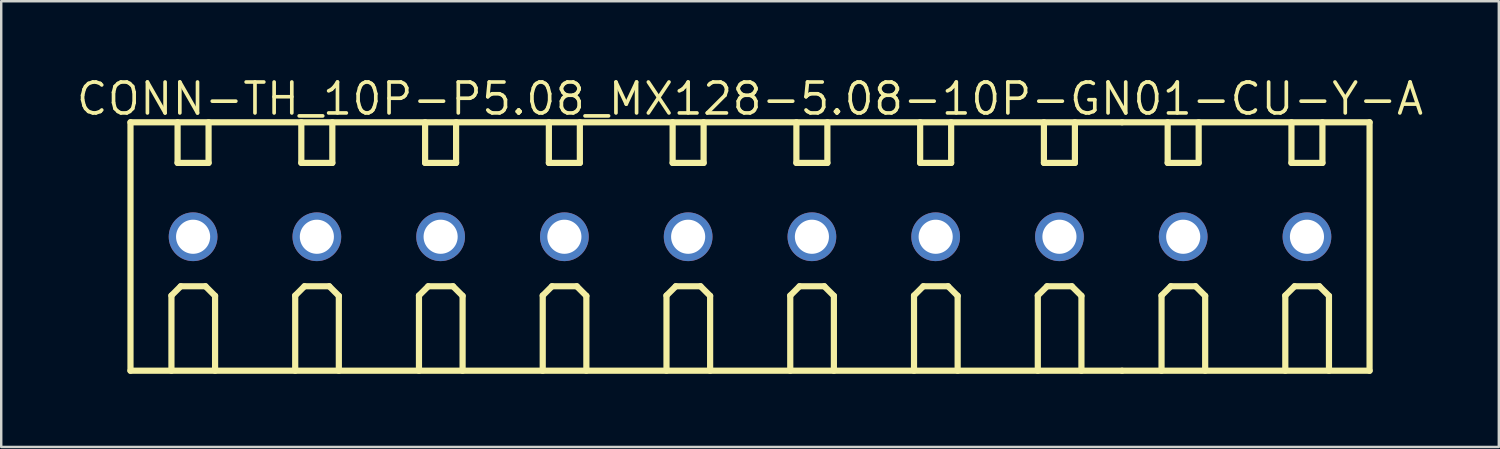
<source format=kicad_pcb>
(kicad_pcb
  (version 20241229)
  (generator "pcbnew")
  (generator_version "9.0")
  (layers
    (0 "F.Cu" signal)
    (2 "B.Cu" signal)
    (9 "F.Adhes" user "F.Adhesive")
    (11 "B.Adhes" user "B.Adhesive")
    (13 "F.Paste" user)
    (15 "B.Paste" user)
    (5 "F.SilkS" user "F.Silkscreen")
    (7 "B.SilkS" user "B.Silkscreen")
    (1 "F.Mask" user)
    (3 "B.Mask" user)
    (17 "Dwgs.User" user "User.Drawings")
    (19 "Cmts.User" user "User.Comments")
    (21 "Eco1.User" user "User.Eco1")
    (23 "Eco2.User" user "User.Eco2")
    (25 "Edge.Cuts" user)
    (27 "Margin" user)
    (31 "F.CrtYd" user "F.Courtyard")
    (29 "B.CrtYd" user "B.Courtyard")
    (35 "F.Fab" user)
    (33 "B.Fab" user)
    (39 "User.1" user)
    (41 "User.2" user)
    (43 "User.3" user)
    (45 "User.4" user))
  (footprint "CONN-TH_10P-P5.08_MX128-5.08-10P-GN01-CU-Y-A"
    (layer "F.Cu")
    (at 27.736 6.668)
    (property "Reference" "CONN-TH_10P-P5.08_MX128-5.08-10P-GN01-CU-Y-A" (at -0.0003 -5.662 0) (layer "F.SilkS") (effects (font (size 1.27 1.27) (thickness 0.15))))
    (fp_line (start -25.43 -4.699) (end -25.43 5.499) (stroke (width 0.254) (type default)) (layer "F.SilkS"))
    (fp_line (start -25.43 5.499) (end 15.271 5.499) (stroke (width 0.254) (type default)) (layer "F.SilkS"))
    (fp_line (start -23.749 2.413) (end -23.749 5.5) (stroke (width 0.254) (type default)) (layer "F.SilkS"))
    (fp_line (start -23.749 2.413) (end -23.368 2.032) (stroke (width 0.254) (type default)) (layer "F.SilkS"))
    (fp_line (start -23.497 -3.032) (end -23.497 -4.7) (stroke (width 0.254) (type default)) (layer "F.SilkS"))
    (fp_line (start -23.497 -3.032) (end -22.225 -3.032) (stroke (width 0.254) (type default)) (layer "F.SilkS"))
    (fp_line (start -23.368 2.032) (end -22.352 2.032) (stroke (width 0.254) (type default)) (layer "F.SilkS"))
    (fp_line (start -22.352 2.032) (end -21.958 2.426) (stroke (width 0.254) (type default)) (layer "F.SilkS"))
    (fp_line (start -22.225 -3.032) (end -22.225 -4.7) (stroke (width 0.254) (type default)) (layer "F.SilkS"))
    (fp_line (start -21.958 2.426) (end -21.958 5.5) (stroke (width 0.254) (type default)) (layer "F.SilkS"))
    (fp_line (start -18.669 2.413) (end -18.669 5.5) (stroke (width 0.254) (type default)) (layer "F.SilkS"))
    (fp_line (start -18.669 2.413) (end -18.288 2.032) (stroke (width 0.254) (type default)) (layer "F.SilkS"))
    (fp_line (start -18.418 -3.032) (end -18.418 -4.7) (stroke (width 0.254) (type default)) (layer "F.SilkS"))
    (fp_line (start -18.418 -3.032) (end -17.145 -3.032) (stroke (width 0.254) (type default)) (layer "F.SilkS"))
    (fp_line (start -18.288 2.032) (end -17.272 2.032) (stroke (width 0.254) (type default)) (layer "F.SilkS"))
    (fp_line (start -17.272 2.032) (end -16.878 2.426) (stroke (width 0.254) (type default)) (layer "F.SilkS"))
    (fp_line (start -17.145 -3.032) (end -17.145 -4.7) (stroke (width 0.254) (type default)) (layer "F.SilkS"))
    (fp_line (start -16.878 2.426) (end -16.878 5.5) (stroke (width 0.254) (type default)) (layer "F.SilkS"))
    (fp_line (start -13.589 2.413) (end -13.589 5.5) (stroke (width 0.254) (type default)) (layer "F.SilkS"))
    (fp_line (start -13.589 2.413) (end -13.208 2.032) (stroke (width 0.254) (type default)) (layer "F.SilkS"))
    (fp_line (start -13.337 -3.032) (end -13.337 -4.7) (stroke (width 0.254) (type default)) (layer "F.SilkS"))
    (fp_line (start -13.337 -3.032) (end -12.065 -3.032) (stroke (width 0.254) (type default)) (layer "F.SilkS"))
    (fp_line (start -13.208 2.032) (end -12.192 2.032) (stroke (width 0.254) (type default)) (layer "F.SilkS"))
    (fp_line (start -12.192 2.032) (end -11.798 2.426) (stroke (width 0.254) (type default)) (layer "F.SilkS"))
    (fp_line (start -12.065 -3.032) (end -12.065 -4.7) (stroke (width 0.254) (type default)) (layer "F.SilkS"))
    (fp_line (start -11.798 2.426) (end -11.798 5.5) (stroke (width 0.254) (type default)) (layer "F.SilkS"))
    (fp_line (start -8.509 2.413) (end -8.509 5.5) (stroke (width 0.254) (type default)) (layer "F.SilkS"))
    (fp_line (start -8.509 2.413) (end -8.128 2.032) (stroke (width 0.254) (type default)) (layer "F.SilkS"))
    (fp_line (start -8.257 -3.032) (end -8.257 -4.7) (stroke (width 0.254) (type default)) (layer "F.SilkS"))
    (fp_line (start -8.257 -3.032) (end -6.985 -3.032) (stroke (width 0.254) (type default)) (layer "F.SilkS"))
    (fp_line (start -8.128 2.032) (end -7.112 2.032) (stroke (width 0.254) (type default)) (layer "F.SilkS"))
    (fp_line (start -7.112 2.032) (end -6.718 2.427) (stroke (width 0.254) (type default)) (layer "F.SilkS"))
    (fp_line (start -6.985 -3.032) (end -6.985 -4.7) (stroke (width 0.254) (type default)) (layer "F.SilkS"))
    (fp_line (start -6.718 2.427) (end -6.718 5.5) (stroke (width 0.254) (type default)) (layer "F.SilkS"))
    (fp_line (start -3.429 2.413) (end -3.429 5.5) (stroke (width 0.254) (type default)) (layer "F.SilkS"))
    (fp_line (start -3.429 2.413) (end -3.048 2.032) (stroke (width 0.254) (type default)) (layer "F.SilkS"))
    (fp_line (start -3.177 -3.032) (end -3.177 -4.7) (stroke (width 0.254) (type default)) (layer "F.SilkS"))
    (fp_line (start -3.177 -3.032) (end -1.905 -3.032) (stroke (width 0.254) (type default)) (layer "F.SilkS"))
    (fp_line (start -3.048 2.032) (end -2.032 2.032) (stroke (width 0.254) (type default)) (layer "F.SilkS"))
    (fp_line (start -2.032 2.032) (end -1.638 2.426) (stroke (width 0.254) (type default)) (layer "F.SilkS"))
    (fp_line (start -1.905 -3.032) (end -1.905 -4.7) (stroke (width 0.254) (type default)) (layer "F.SilkS"))
    (fp_line (start -1.638 2.426) (end -1.638 5.5) (stroke (width 0.254) (type default)) (layer "F.SilkS"))
    (fp_line (start 1.651 2.413) (end 1.651 5.5) (stroke (width 0.254) (type default)) (layer "F.SilkS"))
    (fp_line (start 1.651 2.413) (end 2.032 2.032) (stroke (width 0.254) (type default)) (layer "F.SilkS"))
    (fp_line (start 1.903 -3.032) (end 1.903 -4.7) (stroke (width 0.254) (type default)) (layer "F.SilkS"))
    (fp_line (start 1.903 -3.032) (end 3.175 -3.032) (stroke (width 0.254) (type default)) (layer "F.SilkS"))
    (fp_line (start 2.032 2.032) (end 3.048 2.032) (stroke (width 0.254) (type default)) (layer "F.SilkS"))
    (fp_line (start 3.048 2.032) (end 3.442 2.426) (stroke (width 0.254) (type default)) (layer "F.SilkS"))
    (fp_line (start 3.175 -3.032) (end 3.175 -4.7) (stroke (width 0.254) (type default)) (layer "F.SilkS"))
    (fp_line (start 3.442 2.426) (end 3.442 5.5) (stroke (width 0.254) (type default)) (layer "F.SilkS"))
    (fp_line (start 6.731 2.413) (end 6.731 5.5) (stroke (width 0.254) (type default)) (layer "F.SilkS"))
    (fp_line (start 6.731 2.413) (end 7.112 2.032) (stroke (width 0.254) (type default)) (layer "F.SilkS"))
    (fp_line (start 6.983 -3.032) (end 6.983 -4.7) (stroke (width 0.254) (type default)) (layer "F.SilkS"))
    (fp_line (start 6.983 -3.032) (end 8.255 -3.032) (stroke (width 0.254) (type default)) (layer "F.SilkS"))
    (fp_line (start 7.112 2.032) (end 8.128 2.032) (stroke (width 0.254) (type default)) (layer "F.SilkS"))
    (fp_line (start 8.128 2.032) (end 8.522 2.426) (stroke (width 0.254) (type default)) (layer "F.SilkS"))
    (fp_line (start 8.255 -3.032) (end 8.255 -4.7) (stroke (width 0.254) (type default)) (layer "F.SilkS"))
    (fp_line (start 8.522 2.426) (end 8.522 5.5) (stroke (width 0.254) (type default)) (layer "F.SilkS"))
    (fp_line (start 11.812 2.413) (end 11.812 5.5) (stroke (width 0.254) (type default)) (layer "F.SilkS"))
    (fp_line (start 11.812 2.413) (end 12.193 2.032) (stroke (width 0.254) (type default)) (layer "F.SilkS"))
    (fp_line (start 12.063 -3.032) (end 12.063 -4.7) (stroke (width 0.254) (type default)) (layer "F.SilkS"))
    (fp_line (start 12.063 -3.032) (end 13.335 -3.032) (stroke (width 0.254) (type default)) (layer "F.SilkS"))
    (fp_line (start 12.193 2.032) (end 13.208 2.032) (stroke (width 0.254) (type default)) (layer "F.SilkS"))
    (fp_line (start 13.208 2.032) (end 13.603 2.426) (stroke (width 0.254) (type default)) (layer "F.SilkS"))
    (fp_line (start 13.335 -3.032) (end 13.335 -4.7) (stroke (width 0.254) (type default)) (layer "F.SilkS"))
    (fp_line (start 13.603 2.426) (end 13.603 5.5) (stroke (width 0.254) (type default)) (layer "F.SilkS"))
    (fp_line (start 15.271 -4.699) (end -25.43 -4.699) (stroke (width 0.254) (type default)) (layer "F.SilkS"))
    (fp_line (start 15.271 -4.699) (end 25.43 -4.699) (stroke (width 0.254) (type default)) (layer "F.SilkS"))
    (fp_line (start 15.271 5.499) (end 25.43 5.499) (stroke (width 0.254) (type default)) (layer "F.SilkS"))
    (fp_line (start 16.891 2.413) (end 16.891 5.5) (stroke (width 0.254) (type default)) (layer "F.SilkS"))
    (fp_line (start 16.891 2.413) (end 17.272 2.032) (stroke (width 0.254) (type default)) (layer "F.SilkS"))
    (fp_line (start 17.143 -3.032) (end 17.143 -4.7) (stroke (width 0.254) (type default)) (layer "F.SilkS"))
    (fp_line (start 17.143 -3.032) (end 18.415 -3.032) (stroke (width 0.254) (type default)) (layer "F.SilkS"))
    (fp_line (start 17.272 2.032) (end 18.288 2.032) (stroke (width 0.254) (type default)) (layer "F.SilkS"))
    (fp_line (start 18.288 2.032) (end 18.682 2.426) (stroke (width 0.254) (type default)) (layer "F.SilkS"))
    (fp_line (start 18.415 -3.032) (end 18.415 -4.7) (stroke (width 0.254) (type default)) (layer "F.SilkS"))
    (fp_line (start 18.682 2.426) (end 18.682 5.5) (stroke (width 0.254) (type default)) (layer "F.SilkS"))
    (fp_line (start 21.971 2.413) (end 21.971 5.5) (stroke (width 0.254) (type default)) (layer "F.SilkS"))
    (fp_line (start 21.971 2.413) (end 22.352 2.032) (stroke (width 0.254) (type default)) (layer "F.SilkS"))
    (fp_line (start 22.223 -3.032) (end 22.223 -4.7) (stroke (width 0.254) (type default)) (layer "F.SilkS"))
    (fp_line (start 22.223 -3.032) (end 23.495 -3.032) (stroke (width 0.254) (type default)) (layer "F.SilkS"))
    (fp_line (start 22.352 2.032) (end 23.368 2.032) (stroke (width 0.254) (type default)) (layer "F.SilkS"))
    (fp_line (start 23.368 2.032) (end 23.763 2.426) (stroke (width 0.254) (type default)) (layer "F.SilkS"))
    (fp_line (start 23.495 -3.032) (end 23.495 -4.7) (stroke (width 0.254) (type default)) (layer "F.SilkS"))
    (fp_line (start 23.763 2.426) (end 23.763 5.5) (stroke (width 0.254) (type default)) (layer "F.SilkS"))
    (fp_line (start 25.43 5.5) (end 25.43 -4.7) (stroke (width 0.254) (type default)) (layer "F.SilkS"))
    (fp_circle (center -25.4 5.5) (end -25.37 5.5) (stroke (width 0.06) (type default)) (fill no) (layer "User.5"))
    (pad "1" thru_hole oval (at -22.86 0) (size 2 2) (drill 1.4) (layers "*.Cu" "*.Mask"))
    (pad "2" thru_hole oval (at -17.78 0) (size 2 2) (drill 1.4) (layers "*.Cu" "*.Mask"))
    (pad "3" thru_hole oval (at -12.7 0) (size 2 2) (drill 1.4) (layers "*.Cu" "*.Mask"))
    (pad "4" thru_hole oval (at -7.62 0) (size 2 2) (drill 1.4) (layers "*.Cu" "*.Mask"))
    (pad "5" thru_hole oval (at -2.54 0) (size 2 2) (drill 1.4) (layers "*.Cu" "*.Mask"))
    (pad "6" thru_hole oval (at 2.54 0) (size 2 2) (drill 1.4) (layers "*.Cu" "*.Mask"))
    (pad "7" thru_hole oval (at 7.62 0) (size 2 2) (drill 1.4) (layers "*.Cu" "*.Mask"))
    (pad "8" thru_hole oval (at 12.7 0) (size 2 2) (drill 1.4) (layers "*.Cu" "*.Mask"))
    (pad "9" thru_hole oval (at 17.78 0) (size 2 2) (drill 1.4) (layers "*.Cu" "*.Mask"))
    (pad "10" thru_hole oval (at 22.86 0) (size 2 2) (drill 1.4) (layers "*.Cu" "*.Mask"))
    (zone (net_name "") (layer "F.SilkS") (hatch edge 0.5) (priority 100) (connect_pads yes) (min_thickness 0) (filled_areas_thickness no) (fill yes) (polygon (pts (xy 4.495 11.613) (xy 5.257 11.613) (xy 4.876 10.978))) (filled_polygon (layer "F.SilkS") (island) (pts (xy 4.495 11.613) (xy 5.257 11.613) (xy 4.876 10.978))))
    (zone (net_name "") (layer "F.SilkS") (hatch edge 0.5) (priority 100) (connect_pads yes) (min_thickness 0) (filled_areas_thickness no) (fill yes) (polygon (pts (xy 9.575 11.613) (xy 10.337 11.613) (xy 9.956 10.978))) (filled_polygon (layer "F.SilkS") (island) (pts (xy 9.575 11.613) (xy 10.337 11.613) (xy 9.956 10.978))))
    (zone (net_name "") (layer "F.SilkS") (hatch edge 0.5) (priority 100) (connect_pads yes) (min_thickness 0) (filled_areas_thickness no) (fill yes) (polygon (pts (xy 14.655 11.613) (xy 15.417 11.613) (xy 15.036 10.978))) (filled_polygon (layer "F.SilkS") (island) (pts (xy 14.655 11.613) (xy 15.417 11.613) (xy 15.036 10.978))))
    (zone (net_name "") (layer "F.SilkS") (hatch edge 0.5) (priority 100) (connect_pads yes) (min_thickness 0) (filled_areas_thickness no) (fill yes) (polygon (pts (xy 19.735 11.613) (xy 20.497 11.613) (xy 20.116 10.978))) (filled_polygon (layer "F.SilkS") (island) (pts (xy 19.735 11.613) (xy 20.497 11.613) (xy 20.116 10.978))))
    (zone (net_name "") (layer "F.SilkS") (hatch edge 0.5) (priority 100) (connect_pads yes) (min_thickness 0) (filled_areas_thickness no) (fill yes) (polygon (pts (xy 24.815 11.613) (xy 25.577 11.613) (xy 25.196 10.978))) (filled_polygon (layer "F.SilkS") (island) (pts (xy 24.815 11.613) (xy 25.577 11.613) (xy 25.196 10.978))))
    (zone (net_name "") (layer "F.SilkS") (hatch edge 0.5) (priority 100) (connect_pads yes) (min_thickness 0) (filled_areas_thickness no) (fill yes) (polygon (pts (xy 29.895 11.613) (xy 30.657 11.613) (xy 30.276 10.978))) (filled_polygon (layer "F.SilkS") (island) (pts (xy 29.895 11.613) (xy 30.657 11.613) (xy 30.276 10.978))))
    (zone (net_name "") (layer "F.SilkS") (hatch edge 0.5) (priority 100) (connect_pads yes) (min_thickness 0) (filled_areas_thickness no) (fill yes) (polygon (pts (xy 34.975 11.613) (xy 35.737 11.613) (xy 35.356 10.978))) (filled_polygon (layer "F.SilkS") (island) (pts (xy 34.975 11.613) (xy 35.737 11.613) (xy 35.356 10.978))))
    (zone (net_name "") (layer "F.SilkS") (hatch edge 0.5) (priority 100) (connect_pads yes) (min_thickness 0) (filled_areas_thickness no) (fill yes) (polygon (pts (xy 40.055 11.613) (xy 40.817 11.613) (xy 40.436 10.978))) (filled_polygon (layer "F.SilkS") (island) (pts (xy 40.055 11.613) (xy 40.817 11.613) (xy 40.436 10.978))))
    (zone (net_name "") (layer "F.SilkS") (hatch edge 0.5) (priority 100) (connect_pads yes) (min_thickness 0) (filled_areas_thickness no) (fill yes) (polygon (pts (xy 45.135 11.613) (xy 45.897 11.613) (xy 45.516 10.978))) (filled_polygon (layer "F.SilkS") (island) (pts (xy 45.135 11.613) (xy 45.897 11.613) (xy 45.516 10.978))))
    (zone (net_name "") (layer "F.SilkS") (hatch edge 0.5) (priority 100) (connect_pads yes) (min_thickness 0) (filled_areas_thickness no) (fill yes) (polygon (pts (xy 50.215 11.613) (xy 50.977 11.613) (xy 50.596 10.978))) (filled_polygon (layer "F.SilkS") (island) (pts (xy 50.215 11.613) (xy 50.977 11.613) (xy 50.596 10.978))))
    (zone (net_name "") (layer "F.SilkS") (hatch edge 0.5) (priority 100) (connect_pads yes) (min_thickness 0) (filled_areas_thickness no) (fill yes) (polygon (pts (xy 4.749 11.613) (xy 4.749 11.994) (xy 5.003 11.994) (xy 5.003 11.613))) (filled_polygon (layer "F.SilkS") (island) (pts (xy 4.749 11.613) (xy 4.749 11.994) (xy 5.003 11.994) (xy 5.003 11.613))))
    (zone (net_name "") (layer "F.SilkS") (hatch edge 0.5) (priority 100) (connect_pads yes) (min_thickness 0) (filled_areas_thickness no) (fill yes) (polygon (pts (xy 9.829 11.613) (xy 9.829 11.994) (xy 10.083 11.994) (xy 10.083 11.613))) (filled_polygon (layer "F.SilkS") (island) (pts (xy 9.829 11.613) (xy 9.829 11.994) (xy 10.083 11.994) (xy 10.083 11.613))))
    (zone (net_name "") (layer "F.SilkS") (hatch edge 0.5) (priority 100) (connect_pads yes) (min_thickness 0) (filled_areas_thickness no) (fill yes) (polygon (pts (xy 14.909 11.613) (xy 14.909 11.994) (xy 15.163 11.994) (xy 15.163 11.613))) (filled_polygon (layer "F.SilkS") (island) (pts (xy 14.909 11.613) (xy 14.909 11.994) (xy 15.163 11.994) (xy 15.163 11.613))))
    (zone (net_name "") (layer "F.SilkS") (hatch edge 0.5) (priority 100) (connect_pads yes) (min_thickness 0) (filled_areas_thickness no) (fill yes) (polygon (pts (xy 19.989 11.613) (xy 19.989 11.994) (xy 20.243 11.994) (xy 20.243 11.613))) (filled_polygon (layer "F.SilkS") (island) (pts (xy 19.989 11.613) (xy 19.989 11.994) (xy 20.243 11.994) (xy 20.243 11.613))))
    (zone (net_name "") (layer "F.SilkS") (hatch edge 0.5) (priority 100) (connect_pads yes) (min_thickness 0) (filled_areas_thickness no) (fill yes) (polygon (pts (xy 25.069 11.613) (xy 25.069 11.994) (xy 25.323 11.994) (xy 25.323 11.613))) (filled_polygon (layer "F.SilkS") (island) (pts (xy 25.069 11.613) (xy 25.069 11.994) (xy 25.323 11.994) (xy 25.323 11.613))))
    (zone (net_name "") (layer "F.SilkS") (hatch edge 0.5) (priority 100) (connect_pads yes) (min_thickness 0) (filled_areas_thickness no) (fill yes) (polygon (pts (xy 30.149 11.613) (xy 30.149 11.994) (xy 30.403 11.994) (xy 30.403 11.613))) (filled_polygon (layer "F.SilkS") (island) (pts (xy 30.149 11.613) (xy 30.149 11.994) (xy 30.403 11.994) (xy 30.403 11.613))))
    (zone (net_name "") (layer "F.SilkS") (hatch edge 0.5) (priority 100) (connect_pads yes) (min_thickness 0) (filled_areas_thickness no) (fill yes) (polygon (pts (xy 35.229 11.613) (xy 35.229 11.994) (xy 35.483 11.994) (xy 35.483 11.613))) (filled_polygon (layer "F.SilkS") (island) (pts (xy 35.229 11.613) (xy 35.229 11.994) (xy 35.483 11.994) (xy 35.483 11.613))))
    (zone (net_name "") (layer "F.SilkS") (hatch edge 0.5) (priority 100) (connect_pads yes) (min_thickness 0) (filled_areas_thickness no) (fill yes) (polygon (pts (xy 40.309 11.613) (xy 40.309 11.994) (xy 40.563 11.994) (xy 40.563 11.613))) (filled_polygon (layer "F.SilkS") (island) (pts (xy 40.309 11.613) (xy 40.309 11.994) (xy 40.563 11.994) (xy 40.563 11.613))))
    (zone (net_name "") (layer "F.SilkS") (hatch edge 0.5) (priority 100) (connect_pads yes) (min_thickness 0) (filled_areas_thickness no) (fill yes) (polygon (pts (xy 45.389 11.613) (xy 45.389 11.994) (xy 45.643 11.994) (xy 45.643 11.613))) (filled_polygon (layer "F.SilkS") (island) (pts (xy 45.389 11.613) (xy 45.389 11.994) (xy 45.643 11.994) (xy 45.643 11.613))))
    (zone (net_name "") (layer "F.SilkS") (hatch edge 0.5) (priority 100) (connect_pads yes) (min_thickness 0) (filled_areas_thickness no) (fill yes) (polygon (pts (xy 50.469 11.613) (xy 50.469 11.994) (xy 50.723 11.994) (xy 50.723 11.613))) (filled_polygon (layer "F.SilkS") (island) (pts (xy 50.469 11.613) (xy 50.469 11.994) (xy 50.723 11.994) (xy 50.723 11.613))))
    (zone (net_name "") (layer "Dwgs.User") (hatch edge 0.5) (priority 100) (connect_pads yes) (min_thickness 0) (filled_areas_thickness no) (fill yes) (polygon (pts (xy 4.495 11.613) (xy 5.257 11.613) (xy 4.876 10.978))) (filled_polygon (layer "Dwgs.User") (island) (pts (xy 4.495 11.613) (xy 5.257 11.613) (xy 4.876 10.978))))
    (zone (net_name "") (layer "Dwgs.User") (hatch edge 0.5) (priority 100) (connect_pads yes) (min_thickness 0) (filled_areas_thickness no) (fill yes) (polygon (pts (xy 9.575 11.613) (xy 10.337 11.613) (xy 9.956 10.978))) (filled_polygon (layer "Dwgs.User") (island) (pts (xy 9.575 11.613) (xy 10.337 11.613) (xy 9.956 10.978))))
    (zone (net_name "") (layer "Dwgs.User") (hatch edge 0.5) (priority 100) (connect_pads yes) (min_thickness 0) (filled_areas_thickness no) (fill yes) (polygon (pts (xy 14.655 11.613) (xy 15.417 11.613) (xy 15.036 10.978))) (filled_polygon (layer "Dwgs.User") (island) (pts (xy 14.655 11.613) (xy 15.417 11.613) (xy 15.036 10.978))))
    (zone (net_name "") (layer "Dwgs.User") (hatch edge 0.5) (priority 100) (connect_pads yes) (min_thickness 0) (filled_areas_thickness no) (fill yes) (polygon (pts (xy 19.735 11.613) (xy 20.497 11.613) (xy 20.116 10.978))) (filled_polygon (layer "Dwgs.User") (island) (pts (xy 19.735 11.613) (xy 20.497 11.613) (xy 20.116 10.978))))
    (zone (net_name "") (layer "Dwgs.User") (hatch edge 0.5) (priority 100) (connect_pads yes) (min_thickness 0) (filled_areas_thickness no) (fill yes) (polygon (pts (xy 24.815 11.613) (xy 25.577 11.613) (xy 25.196 10.978))) (filled_polygon (layer "Dwgs.User") (island) (pts (xy 24.815 11.613) (xy 25.577 11.613) (xy 25.196 10.978))))
    (zone (net_name "") (layer "Dwgs.User") (hatch edge 0.5) (priority 100) (connect_pads yes) (min_thickness 0) (filled_areas_thickness no) (fill yes) (polygon (pts (xy 29.895 11.613) (xy 30.657 11.613) (xy 30.276 10.978))) (filled_polygon (layer "Dwgs.User") (island) (pts (xy 29.895 11.613) (xy 30.657 11.613) (xy 30.276 10.978))))
    (zone (net_name "") (layer "Dwgs.User") (hatch edge 0.5) (priority 100) (connect_pads yes) (min_thickness 0) (filled_areas_thickness no) (fill yes) (polygon (pts (xy 34.975 11.613) (xy 35.737 11.613) (xy 35.356 10.978))) (filled_polygon (layer "Dwgs.User") (island) (pts (xy 34.975 11.613) (xy 35.737 11.613) (xy 35.356 10.978))))
    (zone (net_name "") (layer "Dwgs.User") (hatch edge 0.5) (priority 100) (connect_pads yes) (min_thickness 0) (filled_areas_thickness no) (fill yes) (polygon (pts (xy 40.055 11.613) (xy 40.817 11.613) (xy 40.436 10.978))) (filled_polygon (layer "Dwgs.User") (island) (pts (xy 40.055 11.613) (xy 40.817 11.613) (xy 40.436 10.978))))
    (zone (net_name "") (layer "Dwgs.User") (hatch edge 0.5) (priority 100) (connect_pads yes) (min_thickness 0) (filled_areas_thickness no) (fill yes) (polygon (pts (xy 45.135 11.613) (xy 45.897 11.613) (xy 45.516 10.978))) (filled_polygon (layer "Dwgs.User") (island) (pts (xy 45.135 11.613) (xy 45.897 11.613) (xy 45.516 10.978))))
    (zone (net_name "") (layer "Dwgs.User") (hatch edge 0.5) (priority 100) (connect_pads yes) (min_thickness 0) (filled_areas_thickness no) (fill yes) (polygon (pts (xy 50.215 11.613) (xy 50.977 11.613) (xy 50.596 10.978))) (filled_polygon (layer "Dwgs.User") (island) (pts (xy 50.215 11.613) (xy 50.977 11.613) (xy 50.596 10.978))))
    (zone (net_name "") (layer "Dwgs.User") (hatch edge 0.5) (priority 100) (connect_pads yes) (min_thickness 0) (filled_areas_thickness no) (fill yes) (polygon (pts (xy 4.749 11.613) (xy 4.749 11.994) (xy 5.003 11.994) (xy 5.003 11.613))) (filled_polygon (layer "Dwgs.User") (island) (pts (xy 4.749 11.613) (xy 4.749 11.994) (xy 5.003 11.994) (xy 5.003 11.613))))
    (zone (net_name "") (layer "Dwgs.User") (hatch edge 0.5) (priority 100) (connect_pads yes) (min_thickness 0) (filled_areas_thickness no) (fill yes) (polygon (pts (xy 9.829 11.613) (xy 9.829 11.994) (xy 10.083 11.994) (xy 10.083 11.613))) (filled_polygon (layer "Dwgs.User") (island) (pts (xy 9.829 11.613) (xy 9.829 11.994) (xy 10.083 11.994) (xy 10.083 11.613))))
    (zone (net_name "") (layer "Dwgs.User") (hatch edge 0.5) (priority 100) (connect_pads yes) (min_thickness 0) (filled_areas_thickness no) (fill yes) (polygon (pts (xy 14.909 11.613) (xy 14.909 11.994) (xy 15.163 11.994) (xy 15.163 11.613))) (filled_polygon (layer "Dwgs.User") (island) (pts (xy 14.909 11.613) (xy 14.909 11.994) (xy 15.163 11.994) (xy 15.163 11.613))))
    (zone (net_name "") (layer "Dwgs.User") (hatch edge 0.5) (priority 100) (connect_pads yes) (min_thickness 0) (filled_areas_thickness no) (fill yes) (polygon (pts (xy 19.989 11.613) (xy 19.989 11.994) (xy 20.243 11.994) (xy 20.243 11.613))) (filled_polygon (layer "Dwgs.User") (island) (pts (xy 19.989 11.613) (xy 19.989 11.994) (xy 20.243 11.994) (xy 20.243 11.613))))
    (zone (net_name "") (layer "Dwgs.User") (hatch edge 0.5) (priority 100) (connect_pads yes) (min_thickness 0) (filled_areas_thickness no) (fill yes) (polygon (pts (xy 25.069 11.613) (xy 25.069 11.994) (xy 25.323 11.994) (xy 25.323 11.613))) (filled_polygon (layer "Dwgs.User") (island) (pts (xy 25.069 11.613) (xy 25.069 11.994) (xy 25.323 11.994) (xy 25.323 11.613))))
    (zone (net_name "") (layer "Dwgs.User") (hatch edge 0.5) (priority 100) (connect_pads yes) (min_thickness 0) (filled_areas_thickness no) (fill yes) (polygon (pts (xy 30.149 11.613) (xy 30.149 11.994) (xy 30.403 11.994) (xy 30.403 11.613))) (filled_polygon (layer "Dwgs.User") (island) (pts (xy 30.149 11.613) (xy 30.149 11.994) (xy 30.403 11.994) (xy 30.403 11.613))))
    (zone (net_name "") (layer "Dwgs.User") (hatch edge 0.5) (priority 100) (connect_pads yes) (min_thickness 0) (filled_areas_thickness no) (fill yes) (polygon (pts (xy 35.229 11.613) (xy 35.229 11.994) (xy 35.483 11.994) (xy 35.483 11.613))) (filled_polygon (layer "Dwgs.User") (island) (pts (xy 35.229 11.613) (xy 35.229 11.994) (xy 35.483 11.994) (xy 35.483 11.613))))
    (zone (net_name "") (layer "Dwgs.User") (hatch edge 0.5) (priority 100) (connect_pads yes) (min_thickness 0) (filled_areas_thickness no) (fill yes) (polygon (pts (xy 40.309 11.613) (xy 40.309 11.994) (xy 40.563 11.994) (xy 40.563 11.613))) (filled_polygon (layer "Dwgs.User") (island) (pts (xy 40.309 11.613) (xy 40.309 11.994) (xy 40.563 11.994) (xy 40.563 11.613))))
    (zone (net_name "") (layer "Dwgs.User") (hatch edge 0.5) (priority 100) (connect_pads yes) (min_thickness 0) (filled_areas_thickness no) (fill yes) (polygon (pts (xy 45.389 11.613) (xy 45.389 11.994) (xy 45.643 11.994) (xy 45.643 11.613))) (filled_polygon (layer "Dwgs.User") (island) (pts (xy 45.389 11.613) (xy 45.389 11.994) (xy 45.643 11.994) (xy 45.643 11.613))))
    (zone (net_name "") (layer "Dwgs.User") (hatch edge 0.5) (priority 100) (connect_pads yes) (min_thickness 0) (filled_areas_thickness no) (fill yes) (polygon (pts (xy 50.469 11.613) (xy 50.469 11.994) (xy 50.723 11.994) (xy 50.723 11.613))) (filled_polygon (layer "Dwgs.User") (island) (pts (xy 50.469 11.613) (xy 50.469 11.994) (xy 50.723 11.994) (xy 50.723 11.613))))
    (zone (net_name "") (layer "Dwgs.User") (hatch edge 0.5) (priority 100) (connect_pads yes) (min_thickness 0) (filled_areas_thickness no) (fill yes) (polygon (pts (arc (start 4.11422 12.1683) (mid 3.98722 12.2953) (end 3.86022 12.1683)) (arc (start 3.86022 9.0814) (mid 3.869887 9.032799) (end 3.89742 8.9916)) (arc (start 4.27832 8.6106) (mid 4.319567 8.583052) (end 4.36822 8.5734)) (arc (start 5.38422 8.5734) (mid 5.432821 8.583067) (end 5.47402 8.6106)) (arc (start 5.86822 9.0049) (mid 5.895749 9.046101) (end 5.90542 9.0947)) (arc (start 5.90542 12.1683) (mid 5.77842 12.2953) (end 5.65142 12.1683)) (xy 5.651 9.147) (xy 5.332 8.827) (xy 4.421 8.827) (xy 4.114 9.134))) (filled_polygon (layer "Dwgs.User") (island) (pts (arc (start 4.11422 12.1683) (mid 3.98722 12.2953) (end 3.86022 12.1683)) (arc (start 3.86022 9.0814) (mid 3.869887 9.032799) (end 3.89742 8.9916)) (arc (start 4.27832 8.6106) (mid 4.319567 8.583052) (end 4.36822 8.5734)) (arc (start 5.38422 8.5734) (mid 5.432821 8.583067) (end 5.47402 8.6106)) (arc (start 5.86822 9.0049) (mid 5.895749 9.046101) (end 5.90542 9.0947)) (arc (start 5.90542 12.1683) (mid 5.77842 12.2953) (end 5.65142 12.1683)) (xy 5.651 9.147) (xy 5.332 8.827) (xy 4.421 8.827) (xy 4.114 9.134))))
    (zone (net_name "") (layer "Dwgs.User") (hatch edge 0.5) (priority 100) (connect_pads yes) (min_thickness 0) (filled_areas_thickness no) (fill yes) (polygon (pts (arc (start 9.19422 12.1683) (mid 9.06722 12.2953) (end 8.94022 12.1683)) (arc (start 8.94022 9.0814) (mid 8.949887 9.032799) (end 8.97742 8.9916)) (arc (start 9.35842 8.6106) (mid 9.399621 8.583071) (end 9.44822 8.5734)) (arc (start 10.46422 8.5734) (mid 10.512821 8.583067) (end 10.55402 8.6106)) (arc (start 10.94822 9.0049) (mid 10.975749 9.046101) (end 10.98542 9.0947)) (arc (start 10.98542 12.1683) (mid 10.85842 12.2953) (end 10.73142 12.1683)) (xy 10.731 9.147) (xy 10.412 8.827) (xy 9.501 8.827) (xy 9.194 9.134))) (filled_polygon (layer "Dwgs.User") (island) (pts (arc (start 9.19422 12.1683) (mid 9.06722 12.2953) (end 8.94022 12.1683)) (arc (start 8.94022 9.0814) (mid 8.949887 9.032799) (end 8.97742 8.9916)) (arc (start 9.35842 8.6106) (mid 9.399621 8.583071) (end 9.44822 8.5734)) (arc (start 10.46422 8.5734) (mid 10.512821 8.583067) (end 10.55402 8.6106)) (arc (start 10.94822 9.0049) (mid 10.975749 9.046101) (end 10.98542 9.0947)) (arc (start 10.98542 12.1683) (mid 10.85842 12.2953) (end 10.73142 12.1683)) (xy 10.731 9.147) (xy 10.412 8.827) (xy 9.501 8.827) (xy 9.194 9.134))))
    (zone (net_name "") (layer "Dwgs.User") (hatch edge 0.5) (priority 100) (connect_pads yes) (min_thickness 0) (filled_areas_thickness no) (fill yes) (polygon (pts (arc (start 14.27422 12.1682) (mid 14.14722 12.2952) (end 14.02022 12.1682)) (arc (start 14.02022 9.0813) (mid 14.029887 9.032699) (end 14.05742 8.9915)) (arc (start 14.43832 8.6105) (mid 14.479521 8.582971) (end 14.52812 8.5733)) (arc (start 15.54412 8.5733) (mid 15.592721 8.582967) (end 15.63392 8.6105)) (arc (start 16.02822 9.0048) (mid 16.055728 9.046006) (end 16.06532 9.0946)) (arc (start 16.06532 12.1682) (mid 15.93832 12.2952) (end 15.81132 12.1682)) (xy 15.811 9.147) (xy 15.492 8.827) (xy 14.581 8.827) (xy 14.274 9.134))) (filled_polygon (layer "Dwgs.User") (island) (pts (arc (start 14.27422 12.1682) (mid 14.14722 12.2952) (end 14.02022 12.1682)) (arc (start 14.02022 9.0813) (mid 14.029887 9.032699) (end 14.05742 8.9915)) (arc (start 14.43832 8.6105) (mid 14.479521 8.582971) (end 14.52812 8.5733)) (arc (start 15.54412 8.5733) (mid 15.592721 8.582967) (end 15.63392 8.6105)) (arc (start 16.02822 9.0048) (mid 16.055728 9.046006) (end 16.06532 9.0946)) (arc (start 16.06532 12.1682) (mid 15.93832 12.2952) (end 15.81132 12.1682)) (xy 15.811 9.147) (xy 15.492 8.827) (xy 14.581 8.827) (xy 14.274 9.134))))
    (zone (net_name "") (layer "Dwgs.User") (hatch edge 0.5) (priority 100) (connect_pads yes) (min_thickness 0) (filled_areas_thickness no) (fill yes) (polygon (pts (arc (start 19.35422 12.1682) (mid 19.22722 12.2952) (end 19.10022 12.1682)) (arc (start 19.10022 9.0813) (mid 19.109874 9.032732) (end 19.13732 8.9915)) (arc (start 19.51822 8.6105) (mid 19.559415 8.582938) (end 19.60802 8.5733)) (arc (start 20.62402 8.5733) (mid 20.672675 8.582948) (end 20.71392 8.6105)) (arc (start 21.10812 9.0048) (mid 21.135682 9.045995) (end 21.14532 9.0946)) (arc (start 21.14532 12.1682) (mid 21.01832 12.2952) (end 20.89132 12.1682)) (xy 20.891 9.147) (xy 20.572 8.827) (xy 19.661 8.827) (xy 19.354 9.134))) (filled_polygon (layer "Dwgs.User") (island) (pts (arc (start 19.35422 12.1682) (mid 19.22722 12.2952) (end 19.10022 12.1682)) (arc (start 19.10022 9.0813) (mid 19.109874 9.032732) (end 19.13732 8.9915)) (arc (start 19.51822 8.6105) (mid 19.559415 8.582938) (end 19.60802 8.5733)) (arc (start 20.62402 8.5733) (mid 20.672675 8.582948) (end 20.71392 8.6105)) (arc (start 21.10812 9.0048) (mid 21.135682 9.045995) (end 21.14532 9.0946)) (arc (start 21.14532 12.1682) (mid 21.01832 12.2952) (end 20.89132 12.1682)) (xy 20.891 9.147) (xy 20.572 8.827) (xy 19.661 8.827) (xy 19.354 9.134))))
    (zone (net_name "") (layer "Dwgs.User") (hatch edge 0.5) (priority 100) (connect_pads yes) (min_thickness 0) (filled_areas_thickness no) (fill yes) (polygon (pts (arc (start 24.43412 12.1683) (mid 24.30712 12.2953) (end 24.18012 12.1683)) (arc (start 24.18012 9.0813) (mid 24.189806 9.032753) (end 24.21732 8.9916)) (arc (start 24.59822 8.6106) (mid 24.639409 8.583017) (end 24.68802 8.5733)) (arc (start 25.70402 8.5733) (mid 25.752653 8.582981) (end 25.79382 8.6106)) (arc (start 26.18812 9.0049) (mid 26.21563 9.046054) (end 26.22532 9.0946)) (arc (start 26.22532 12.1683) (mid 26.09832 12.2953) (end 25.97132 12.1683)) (xy 25.971 9.147) (xy 25.651 8.827) (xy 24.741 8.827) (xy 24.434 9.134))) (filled_polygon (layer "Dwgs.User") (island) (pts (arc (start 24.43412 12.1683) (mid 24.30712 12.2953) (end 24.18012 12.1683)) (arc (start 24.18012 9.0813) (mid 24.189806 9.032753) (end 24.21732 8.9916)) (arc (start 24.59822 8.6106) (mid 24.639409 8.583017) (end 24.68802 8.5733)) (arc (start 25.70402 8.5733) (mid 25.752653 8.582981) (end 25.79382 8.6106)) (arc (start 26.18812 9.0049) (mid 26.21563 9.046054) (end 26.22532 9.0946)) (arc (start 26.22532 12.1683) (mid 26.09832 12.2953) (end 25.97132 12.1683)) (xy 25.971 9.147) (xy 25.651 8.827) (xy 24.741 8.827) (xy 24.434 9.134))))
    (zone (net_name "") (layer "Dwgs.User") (hatch edge 0.5) (priority 100) (connect_pads yes) (min_thickness 0) (filled_areas_thickness no) (fill yes) (polygon (pts (arc (start 29.51412 12.1682) (mid 29.38712 12.2952) (end 29.26012 12.1682)) (arc (start 29.26012 9.0814) (mid 29.269787 9.032799) (end 29.29732 8.9916)) (arc (start 29.67832 8.6106) (mid 29.719521 8.583071) (end 29.76812 8.5734)) (arc (start 30.78412 8.5734) (mid 30.832721 8.583067) (end 30.87392 8.6106)) (arc (start 31.26812 9.0049) (mid 31.295649 9.046101) (end 31.30532 9.0947)) (arc (start 31.30532 12.1682) (mid 31.17832 12.2952) (end 31.05132 12.1682)) (xy 31.051 9.147) (xy 30.732 8.827) (xy 29.821 8.827) (xy 29.514 9.134))) (filled_polygon (layer "Dwgs.User") (island) (pts (arc (start 29.51412 12.1682) (mid 29.38712 12.2952) (end 29.26012 12.1682)) (arc (start 29.26012 9.0814) (mid 29.269787 9.032799) (end 29.29732 8.9916)) (arc (start 29.67832 8.6106) (mid 29.719521 8.583071) (end 29.76812 8.5734)) (arc (start 30.78412 8.5734) (mid 30.832721 8.583067) (end 30.87392 8.6106)) (arc (start 31.26812 9.0049) (mid 31.295649 9.046101) (end 31.30532 9.0947)) (arc (start 31.30532 12.1682) (mid 31.17832 12.2952) (end 31.05132 12.1682)) (xy 31.051 9.147) (xy 30.732 8.827) (xy 29.821 8.827) (xy 29.514 9.134))))
    (zone (net_name "") (layer "Dwgs.User") (hatch edge 0.5) (priority 100) (connect_pads yes) (min_thickness 0) (filled_areas_thickness no) (fill yes) (polygon (pts (arc (start 34.59412 12.1683) (mid 34.46712 12.2953) (end 34.34012 12.1683)) (arc (start 34.34012 9.0814) (mid 34.349787 9.032799) (end 34.37732 8.9916)) (arc (start 34.75822 8.6106) (mid 34.799461 8.583019) (end 34.84812 8.5734)) (arc (start 35.86412 8.5734) (mid 35.912667 8.583086) (end 35.95382 8.6106)) (arc (start 36.34812 9.0049) (mid 36.375609 9.04606) (end 36.38522 9.0946)) (arc (start 36.38522 12.1683) (mid 36.25822 12.2953) (end 36.13122 12.1683)) (xy 36.131 9.147) (xy 35.811 8.827) (xy 34.901 8.827) (xy 34.594 9.134))) (filled_polygon (layer "Dwgs.User") (island) (pts (arc (start 34.59412 12.1683) (mid 34.46712 12.2953) (end 34.34012 12.1683)) (arc (start 34.34012 9.0814) (mid 34.349787 9.032799) (end 34.37732 8.9916)) (arc (start 34.75822 8.6106) (mid 34.799461 8.583019) (end 34.84812 8.5734)) (arc (start 35.86412 8.5734) (mid 35.912667 8.583086) (end 35.95382 8.6106)) (arc (start 36.34812 9.0049) (mid 36.375609 9.04606) (end 36.38522 9.0946)) (arc (start 36.38522 12.1683) (mid 36.25822 12.2953) (end 36.13122 12.1683)) (xy 36.131 9.147) (xy 35.811 8.827) (xy 34.901 8.827) (xy 34.594 9.134))))
    (zone (net_name "") (layer "Dwgs.User") (hatch edge 0.5) (priority 100) (connect_pads yes) (min_thickness 0) (filled_areas_thickness no) (fill yes) (polygon (pts (arc (start 39.67412 12.1682) (mid 39.54712 12.2952) (end 39.42012 12.1682)) (arc (start 39.42012 9.0813) (mid 39.429774 9.032732) (end 39.45722 8.9915)) (arc (start 39.83822 8.6105) (mid 39.879421 8.582971) (end 39.92802 8.5733)) (arc (start 40.94402 8.5733) (mid 40.992621 8.582967) (end 41.03382 8.6105)) (arc (start 41.42802 9.0048) (mid 41.455549 9.046001) (end 41.46522 9.0946)) (arc (start 41.46522 12.1682) (mid 41.33822 12.2952) (end 41.21122 12.1682)) (xy 41.211 9.147) (xy 40.891 8.827) (xy 39.981 8.827) (xy 39.674 9.134))) (filled_polygon (layer "Dwgs.User") (island) (pts (arc (start 39.67412 12.1682) (mid 39.54712 12.2952) (end 39.42012 12.1682)) (arc (start 39.42012 9.0813) (mid 39.429774 9.032732) (end 39.45722 8.9915)) (arc (start 39.83822 8.6105) (mid 39.879421 8.582971) (end 39.92802 8.5733)) (arc (start 40.94402 8.5733) (mid 40.992621 8.582967) (end 41.03382 8.6105)) (arc (start 41.42802 9.0048) (mid 41.455549 9.046001) (end 41.46522 9.0946)) (arc (start 41.46522 12.1682) (mid 41.33822 12.2952) (end 41.21122 12.1682)) (xy 41.211 9.147) (xy 40.891 8.827) (xy 39.981 8.827) (xy 39.674 9.134))))
    (zone (net_name "") (layer "Dwgs.User") (hatch edge 0.5) (priority 100) (connect_pads yes) (min_thickness 0) (filled_areas_thickness no) (fill yes) (polygon (pts (arc (start 44.75412 12.1683) (mid 44.62712 12.2953) (end 44.50012 12.1683)) (arc (start 44.50012 9.0814) (mid 44.509787 9.032799) (end 44.53732 8.9916)) (arc (start 44.91822 8.6106) (mid 44.959461 8.583019) (end 45.00812 8.5734)) (arc (start 46.02412 8.5734) (mid 46.072667 8.583086) (end 46.11382 8.6106)) (arc (start 46.50812 9.0049) (mid 46.535609 9.04606) (end 46.54522 9.0946)) (arc (start 46.54522 12.1683) (mid 46.41822 12.2953) (end 46.29122 12.1683)) (xy 46.291 9.147) (xy 45.971 8.827) (xy 45.061 8.827) (xy 44.754 9.134))) (filled_polygon (layer "Dwgs.User") (island) (pts (arc (start 44.75412 12.1683) (mid 44.62712 12.2953) (end 44.50012 12.1683)) (arc (start 44.50012 9.0814) (mid 44.509787 9.032799) (end 44.53732 8.9916)) (arc (start 44.91822 8.6106) (mid 44.959461 8.583019) (end 45.00812 8.5734)) (arc (start 46.02412 8.5734) (mid 46.072667 8.583086) (end 46.11382 8.6106)) (arc (start 46.50812 9.0049) (mid 46.535609 9.04606) (end 46.54522 9.0946)) (arc (start 46.54522 12.1683) (mid 46.41822 12.2953) (end 46.29122 12.1683)) (xy 46.291 9.147) (xy 45.971 8.827) (xy 45.061 8.827) (xy 44.754 9.134))))
    (zone (net_name "") (layer "Dwgs.User") (hatch edge 0.5) (priority 100) (connect_pads yes) (min_thickness 0) (filled_areas_thickness no) (fill yes) (polygon (pts (arc (start 49.83412 12.1682) (mid 49.70712 12.2952) (end 49.58012 12.1682)) (arc (start 49.58012 9.0813) (mid 49.589774 9.032732) (end 49.61722 8.9915)) (arc (start 49.99822 8.6105) (mid 50.039421 8.582971) (end 50.08802 8.5733)) (arc (start 51.10402 8.5733) (mid 51.152621 8.582967) (end 51.19382 8.6105)) (arc (start 51.58802 9.0048) (mid 51.615549 9.046001) (end 51.62522 9.0946)) (arc (start 51.62522 12.1682) (mid 51.49822 12.2952) (end 51.37122 12.1682)) (xy 51.371 9.147) (xy 51.051 8.827) (xy 50.141 8.827) (xy 49.834 9.134))) (filled_polygon (layer "Dwgs.User") (island) (pts (arc (start 49.83412 12.1682) (mid 49.70712 12.2952) (end 49.58012 12.1682)) (arc (start 49.58012 9.0813) (mid 49.589774 9.032732) (end 49.61722 8.9915)) (arc (start 49.99822 8.6105) (mid 50.039421 8.582971) (end 50.08802 8.5733)) (arc (start 51.10402 8.5733) (mid 51.152621 8.582967) (end 51.19382 8.6105)) (arc (start 51.58802 9.0048) (mid 51.615549 9.046001) (end 51.62522 9.0946)) (arc (start 51.62522 12.1682) (mid 51.49822 12.2952) (end 51.37122 12.1682)) (xy 51.371 9.147) (xy 51.051 8.827) (xy 50.141 8.827) (xy 49.834 9.134))))
    (zone (net_name "") (layer "User.3") (hatch edge 0.5) (priority 100) (connect_pads yes) (min_thickness 0) (filled_areas_thickness no) (fill yes) (polygon (pts (xy 2.336 12.168) (xy 2.336 1.968) (xy 53.136 1.968) (xy 53.136 12.168))) (filled_polygon (layer "User.3") (island) (pts (xy 2.336 12.168) (xy 2.336 1.968) (xy 53.136 1.968) (xy 53.136 12.168))))
    (zone (net_name "") (layer "User.4") (hatch edge 0.5) (priority 100) (connect_pads yes) (min_thickness 0) (filled_areas_thickness no) (fill yes) (polygon (pts (xy 4.426 6.268) (xy 5.326 6.268) (xy 5.326 7.068) (xy 4.426 7.068))) (filled_polygon (layer "User.4") (island) (pts (xy 4.426 6.268) (xy 5.326 6.268) (xy 5.326 7.068) (xy 4.426 7.068))))
    (zone (net_name "") (layer "User.4") (hatch edge 0.5) (priority 100) (connect_pads yes) (min_thickness 0) (filled_areas_thickness no) (fill yes) (polygon (pts (xy 9.506 6.268) (xy 10.406 6.268) (xy 10.406 7.068) (xy 9.506 7.068))) (filled_polygon (layer "User.4") (island) (pts (xy 9.506 6.268) (xy 10.406 6.268) (xy 10.406 7.068) (xy 9.506 7.068))))
    (zone (net_name "") (layer "User.4") (hatch edge 0.5) (priority 100) (connect_pads yes) (min_thickness 0) (filled_areas_thickness no) (fill yes) (polygon (pts (xy 14.586 6.268) (xy 15.486 6.268) (xy 15.486 7.068) (xy 14.586 7.068))) (filled_polygon (layer "User.4") (island) (pts (xy 14.586 6.268) (xy 15.486 6.268) (xy 15.486 7.068) (xy 14.586 7.068))))
    (zone (net_name "") (layer "User.4") (hatch edge 0.5) (priority 100) (connect_pads yes) (min_thickness 0) (filled_areas_thickness no) (fill yes) (polygon (pts (xy 19.666 6.268) (xy 20.566 6.268) (xy 20.566 7.068) (xy 19.666 7.068))) (filled_polygon (layer "User.4") (island) (pts (xy 19.666 6.268) (xy 20.566 6.268) (xy 20.566 7.068) (xy 19.666 7.068))))
    (zone (net_name "") (layer "User.4") (hatch edge 0.5) (priority 100) (connect_pads yes) (min_thickness 0) (filled_areas_thickness no) (fill yes) (polygon (pts (xy 24.746 6.268) (xy 25.646 6.268) (xy 25.646 7.068) (xy 24.746 7.068))) (filled_polygon (layer "User.4") (island) (pts (xy 24.746 6.268) (xy 25.646 6.268) (xy 25.646 7.068) (xy 24.746 7.068))))
    (zone (net_name "") (layer "User.4") (hatch edge 0.5) (priority 100) (connect_pads yes) (min_thickness 0) (filled_areas_thickness no) (fill yes) (polygon (pts (xy 29.826 6.268) (xy 30.726 6.268) (xy 30.726 7.068) (xy 29.826 7.068))) (filled_polygon (layer "User.4") (island) (pts (xy 29.826 6.268) (xy 30.726 6.268) (xy 30.726 7.068) (xy 29.826 7.068))))
    (zone (net_name "") (layer "User.4") (hatch edge 0.5) (priority 100) (connect_pads yes) (min_thickness 0) (filled_areas_thickness no) (fill yes) (polygon (pts (xy 34.906 6.268) (xy 35.806 6.268) (xy 35.806 7.068) (xy 34.906 7.068))) (filled_polygon (layer "User.4") (island) (pts (xy 34.906 6.268) (xy 35.806 6.268) (xy 35.806 7.068) (xy 34.906 7.068))))
    (zone (net_name "") (layer "User.4") (hatch edge 0.5) (priority 100) (connect_pads yes) (min_thickness 0) (filled_areas_thickness no) (fill yes) (polygon (pts (xy 39.986 6.268) (xy 40.886 6.268) (xy 40.886 7.068) (xy 39.986 7.068))) (filled_polygon (layer "User.4") (island) (pts (xy 39.986 6.268) (xy 40.886 6.268) (xy 40.886 7.068) (xy 39.986 7.068))))
    (zone (net_name "") (layer "User.4") (hatch edge 0.5) (priority 100) (connect_pads yes) (min_thickness 0) (filled_areas_thickness no) (fill yes) (polygon (pts (xy 45.066 6.268) (xy 45.966 6.268) (xy 45.966 7.068) (xy 45.066 7.068))) (filled_polygon (layer "User.4") (island) (pts (xy 45.066 6.268) (xy 45.966 6.268) (xy 45.966 7.068) (xy 45.066 7.068))))
    (zone (net_name "") (layer "User.4") (hatch edge 0.5) (priority 100) (connect_pads yes) (min_thickness 0) (filled_areas_thickness no) (fill yes) (polygon (pts (xy 50.146 6.268) (xy 51.046 6.268) (xy 51.046 7.068) (xy 50.146 7.068))) (filled_polygon (layer "User.4") (island) (pts (xy 50.146 6.268) (xy 51.046 6.268) (xy 51.046 7.068) (xy 50.146 7.068)))))
  (gr_rect
    (start -3 -3)
    (end 58.471 15.296)
    (stroke (width 0.1) (type default))
    (fill no)
    (layer "Edge.Cuts")))
</source>
